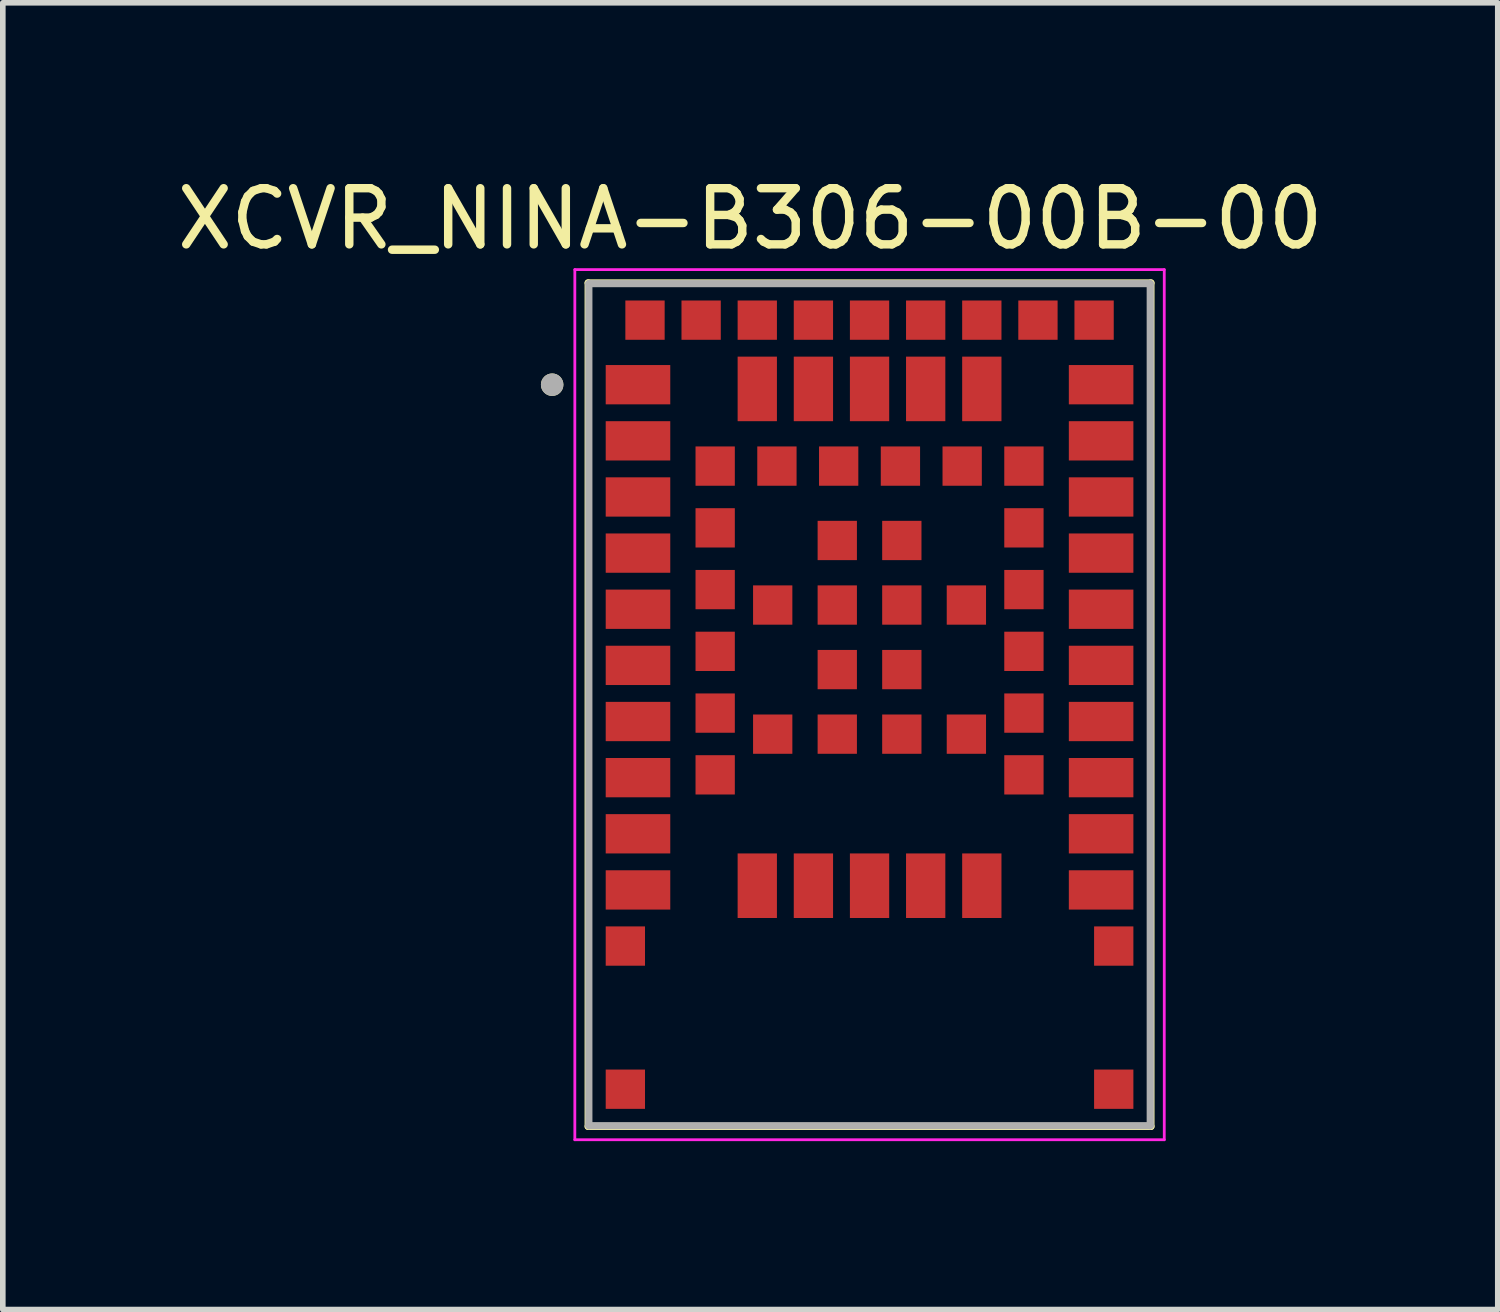
<source format=kicad_pcb>
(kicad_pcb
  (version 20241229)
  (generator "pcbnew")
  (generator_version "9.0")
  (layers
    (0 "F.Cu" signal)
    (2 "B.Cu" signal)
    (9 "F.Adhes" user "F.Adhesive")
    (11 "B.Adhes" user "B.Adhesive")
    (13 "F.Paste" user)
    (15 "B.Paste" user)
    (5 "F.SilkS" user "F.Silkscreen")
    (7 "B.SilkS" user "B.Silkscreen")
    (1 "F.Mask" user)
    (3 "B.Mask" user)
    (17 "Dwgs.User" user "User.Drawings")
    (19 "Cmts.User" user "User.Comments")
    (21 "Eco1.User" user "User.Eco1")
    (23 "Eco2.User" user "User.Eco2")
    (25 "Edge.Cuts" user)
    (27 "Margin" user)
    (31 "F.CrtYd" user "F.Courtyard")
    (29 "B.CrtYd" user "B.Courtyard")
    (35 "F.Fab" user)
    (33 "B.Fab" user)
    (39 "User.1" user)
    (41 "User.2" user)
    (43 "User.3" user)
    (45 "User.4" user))
  (footprint "XCVR_NINA-B306-00B-00"
    (layer "F.Cu")
    (at 12.44 9.503)
    (property "Reference" "XCVR_NINA-B306-00B-00" (at -2.125 -8.655 0) (layer "F.SilkS") (effects (font (size 1 1) (thickness 0.15))))
    (attr smd)
    (fp_line (start -5.013 -7.513) (end 5.013 -7.513) (stroke (width 0.127) (type solid)) (layer "F.SilkS"))
    (fp_line (start -5.013 7.513) (end -5.013 -7.513) (stroke (width 0.127) (type solid)) (layer "F.SilkS"))
    (fp_line (start 5.013 -7.513) (end 5.013 7.513) (stroke (width 0.127) (type solid)) (layer "F.SilkS"))
    (fp_line (start 5.013 7.513) (end -5.013 7.513) (stroke (width 0.127) (type solid)) (layer "F.SilkS"))
    (fp_circle (center -5.654 -5.7) (end -5.554 -5.7) (stroke (width 0.2) (type solid)) (fill no) (layer "F.SilkS"))
    (fp_line (start -5.25 -7.75) (end 5.25 -7.75) (stroke (width 0.05) (type solid)) (layer "F.CrtYd"))
    (fp_line (start -5.25 7.75) (end -5.25 -7.75) (stroke (width 0.05) (type solid)) (layer "F.CrtYd"))
    (fp_line (start 5.25 -7.75) (end 5.25 7.75) (stroke (width 0.05) (type solid)) (layer "F.CrtYd"))
    (fp_line (start 5.25 7.75) (end -5.25 7.75) (stroke (width 0.05) (type solid)) (layer "F.CrtYd"))
    (fp_line (start -5 -7.5) (end 5 -7.5) (stroke (width 0.127) (type solid)) (layer "F.Fab"))
    (fp_line (start -5 7.5) (end -5 -7.5) (stroke (width 0.127) (type solid)) (layer "F.Fab"))
    (fp_line (start 5 -7.5) (end 5 7.5) (stroke (width 0.127) (type solid)) (layer "F.Fab"))
    (fp_line (start 5 7.5) (end -5 7.5) (stroke (width 0.127) (type solid)) (layer "F.Fab"))
    (fp_circle (center -5.654 -5.7) (end -5.554 -5.7) (stroke (width 0.2) (type solid)) (fill no) (layer "F.Fab"))
    (pad "1" smd rect (at -4.125 -5.7) (size 1.15 0.7) (layers "F.Cu" "F.Mask" "F.Paste"))
    (pad "2" smd rect (at -4.125 -4.7) (size 1.15 0.7) (layers "F.Cu" "F.Mask" "F.Paste"))
    (pad "3" smd rect (at -4.125 -3.7) (size 1.15 0.7) (layers "F.Cu" "F.Mask" "F.Paste"))
    (pad "4" smd rect (at -4.125 -2.7) (size 1.15 0.7) (layers "F.Cu" "F.Mask" "F.Paste"))
    (pad "5" smd rect (at -4.125 -1.7) (size 1.15 0.7) (layers "F.Cu" "F.Mask" "F.Paste"))
    (pad "6" smd rect (at -4.125 -0.7) (size 1.15 0.7) (layers "F.Cu" "F.Mask" "F.Paste"))
    (pad "7" smd rect (at -4.125 0.3) (size 1.15 0.7) (layers "F.Cu" "F.Mask" "F.Paste"))
    (pad "8" smd rect (at -4.125 1.3) (size 1.15 0.7) (layers "F.Cu" "F.Mask" "F.Paste"))
    (pad "9" smd rect (at -4.125 2.3) (size 1.15 0.7) (layers "F.Cu" "F.Mask" "F.Paste"))
    (pad "10" smd rect (at -4.125 3.3) (size 1.15 0.7) (layers "F.Cu" "F.Mask" "F.Paste"))
    (pad "11" smd rect (at -2 3.225 90) (size 1.15 0.7) (layers "F.Cu" "F.Mask" "F.Paste"))
    (pad "12" smd rect (at -1 3.225 90) (size 1.15 0.7) (layers "F.Cu" "F.Mask" "F.Paste"))
    (pad "13" smd rect (at 0 3.225 90) (size 1.15 0.7) (layers "F.Cu" "F.Mask" "F.Paste"))
    (pad "14" smd rect (at 1 3.225 90) (size 1.15 0.7) (layers "F.Cu" "F.Mask" "F.Paste"))
    (pad "15" smd rect (at 2 3.225 90) (size 1.15 0.7) (layers "F.Cu" "F.Mask" "F.Paste"))
    (pad "16" smd rect (at 4.125 3.3) (size 1.15 0.7) (layers "F.Cu" "F.Mask" "F.Paste"))
    (pad "17" smd rect (at 4.125 2.3) (size 1.15 0.7) (layers "F.Cu" "F.Mask" "F.Paste"))
    (pad "18" smd rect (at 4.125 1.3) (size 1.15 0.7) (layers "F.Cu" "F.Mask" "F.Paste"))
    (pad "19" smd rect (at 4.125 0.3) (size 1.15 0.7) (layers "F.Cu" "F.Mask" "F.Paste"))
    (pad "20" smd rect (at 4.125 -0.7) (size 1.15 0.7) (layers "F.Cu" "F.Mask" "F.Paste"))
    (pad "21" smd rect (at 4.125 -1.7) (size 1.15 0.7) (layers "F.Cu" "F.Mask" "F.Paste"))
    (pad "22" smd rect (at 4.125 -2.7) (size 1.15 0.7) (layers "F.Cu" "F.Mask" "F.Paste"))
    (pad "23" smd rect (at 4.125 -3.7) (size 1.15 0.7) (layers "F.Cu" "F.Mask" "F.Paste"))
    (pad "24" smd rect (at 4.125 -4.7) (size 1.15 0.7) (layers "F.Cu" "F.Mask" "F.Paste"))
    (pad "25" smd rect (at 4.125 -5.7) (size 1.15 0.7) (layers "F.Cu" "F.Mask" "F.Paste"))
    (pad "26" smd rect (at 2 -5.625) (size 0.7 1.15) (layers "F.Cu" "F.Mask" "F.Paste"))
    (pad "27" smd rect (at 1 -5.625) (size 0.7 1.15) (layers "F.Cu" "F.Mask" "F.Paste"))
    (pad "28" smd rect (at 0 -5.625) (size 0.7 1.15) (layers "F.Cu" "F.Mask" "F.Paste"))
    (pad "29" smd rect (at -1 -5.625) (size 0.7 1.15) (layers "F.Cu" "F.Mask" "F.Paste"))
    (pad "30" smd rect (at -2 -5.625) (size 0.7 1.15) (layers "F.Cu" "F.Mask" "F.Paste"))
    (pad "31" smd rect (at -2.75 -4.25) (size 0.7 0.7) (layers "F.Cu" "F.Mask" "F.Paste"))
    (pad "32" smd rect (at -2.75 -3.15) (size 0.7 0.7) (layers "F.Cu" "F.Mask" "F.Paste"))
    (pad "33" smd rect (at -2.75 -2.05) (size 0.7 0.7) (layers "F.Cu" "F.Mask" "F.Paste"))
    (pad "34" smd rect (at -2.75 -0.95) (size 0.7 0.7) (layers "F.Cu" "F.Mask" "F.Paste"))
    (pad "35" smd rect (at -2.75 0.15) (size 0.7 0.7) (layers "F.Cu" "F.Mask" "F.Paste"))
    (pad "36" smd rect (at -2.75 1.25) (size 0.7 0.7) (layers "F.Cu" "F.Mask" "F.Paste"))
    (pad "37" smd rect (at 2.75 1.25) (size 0.7 0.7) (layers "F.Cu" "F.Mask" "F.Paste"))
    (pad "38" smd rect (at 2.75 0.15) (size 0.7 0.7) (layers "F.Cu" "F.Mask" "F.Paste"))
    (pad "39" smd rect (at 2.75 -0.95) (size 0.7 0.7) (layers "F.Cu" "F.Mask" "F.Paste"))
    (pad "40" smd rect (at 2.75 -2.05) (size 0.7 0.7) (layers "F.Cu" "F.Mask" "F.Paste"))
    (pad "41" smd rect (at 2.75 -3.15) (size 0.7 0.7) (layers "F.Cu" "F.Mask" "F.Paste"))
    (pad "42" smd rect (at 2.75 -4.25) (size 0.7 0.7) (layers "F.Cu" "F.Mask" "F.Paste"))
    (pad "43" smd rect (at 1.65 -4.25) (size 0.7 0.7) (layers "F.Cu" "F.Mask" "F.Paste"))
    (pad "44" smd rect (at 0.55 -4.25) (size 0.7 0.7) (layers "F.Cu" "F.Mask" "F.Paste"))
    (pad "45" smd rect (at -0.55 -4.25) (size 0.7 0.7) (layers "F.Cu" "F.Mask" "F.Paste"))
    (pad "46" smd rect (at -1.65 -4.25) (size 0.7 0.7) (layers "F.Cu" "F.Mask" "F.Paste"))
    (pad "47" smd rect (at 4 -6.85) (size 0.7 0.7) (layers "F.Cu" "F.Mask" "F.Paste"))
    (pad "48" smd rect (at 3 -6.85) (size 0.7 0.7) (layers "F.Cu" "F.Mask" "F.Paste"))
    (pad "49" smd rect (at 2 -6.85) (size 0.7 0.7) (layers "F.Cu" "F.Mask" "F.Paste"))
    (pad "50" smd rect (at 1 -6.85) (size 0.7 0.7) (layers "F.Cu" "F.Mask" "F.Paste"))
    (pad "51" smd rect (at 0 -6.85) (size 0.7 0.7) (layers "F.Cu" "F.Mask" "F.Paste"))
    (pad "52" smd rect (at -1 -6.85) (size 0.7 0.7) (layers "F.Cu" "F.Mask" "F.Paste"))
    (pad "53" smd rect (at -2 -6.85) (size 0.7 0.7) (layers "F.Cu" "F.Mask" "F.Paste"))
    (pad "54" smd rect (at -3 -6.85) (size 0.7 0.7) (layers "F.Cu" "F.Mask" "F.Paste"))
    (pad "55" smd rect (at -4 -6.85) (size 0.7 0.7) (layers "F.Cu" "F.Mask" "F.Paste"))
    (pad "EAGP1" smd rect (at -4.35 4.3) (size 0.7 0.7) (layers "F.Cu" "F.Mask" "F.Paste"))
    (pad "EAGP2" smd rect (at 4.35 4.3) (size 0.7 0.7) (layers "F.Cu" "F.Mask" "F.Paste"))
    (pad "EAGP3" smd rect (at -4.35 6.85) (size 0.7 0.7) (layers "F.Cu" "F.Mask" "F.Paste"))
    (pad "EAGP4" smd rect (at 4.35 6.85) (size 0.7 0.7) (layers "F.Cu" "F.Mask" "F.Paste"))
    (pad "EGP1" smd rect (at -0.575 -2.925) (size 0.7 0.7) (layers "F.Cu" "F.Mask" "F.Paste"))
    (pad "EGP2" smd rect (at 0.575 -2.925) (size 0.7 0.7) (layers "F.Cu" "F.Mask" "F.Paste"))
    (pad "EGP3" smd rect (at -1.725 -1.775) (size 0.7 0.7) (layers "F.Cu" "F.Mask" "F.Paste"))
    (pad "EGP4" smd rect (at -0.575 -1.775) (size 0.7 0.7) (layers "F.Cu" "F.Mask" "F.Paste"))
    (pad "EGP5" smd rect (at 0.575 -1.775) (size 0.7 0.7) (layers "F.Cu" "F.Mask" "F.Paste"))
    (pad "EGP6" smd rect (at 1.725 -1.775) (size 0.7 0.7) (layers "F.Cu" "F.Mask" "F.Paste"))
    (pad "EGP7" smd rect (at -0.575 -0.625) (size 0.7 0.7) (layers "F.Cu" "F.Mask" "F.Paste"))
    (pad "EGP8" smd rect (at 0.575 -0.625) (size 0.7 0.7) (layers "F.Cu" "F.Mask" "F.Paste"))
    (pad "EGP9" smd rect (at -1.725 0.525) (size 0.7 0.7) (layers "F.Cu" "F.Mask" "F.Paste"))
    (pad "EGP10" smd rect (at -0.575 0.525) (size 0.7 0.7) (layers "F.Cu" "F.Mask" "F.Paste"))
    (pad "EGP11" smd rect (at 0.575 0.525) (size 0.7 0.7) (layers "F.Cu" "F.Mask" "F.Paste"))
    (pad "EGP12" smd rect (at 1.725 0.525) (size 0.7 0.7) (layers "F.Cu" "F.Mask" "F.Paste")))
  (gr_rect
    (start -3 -3)
    (end 23.631 20.278)
    (stroke (width 0.1) (type default))
    (fill no)
    (layer "Edge.Cuts")))
</source>
